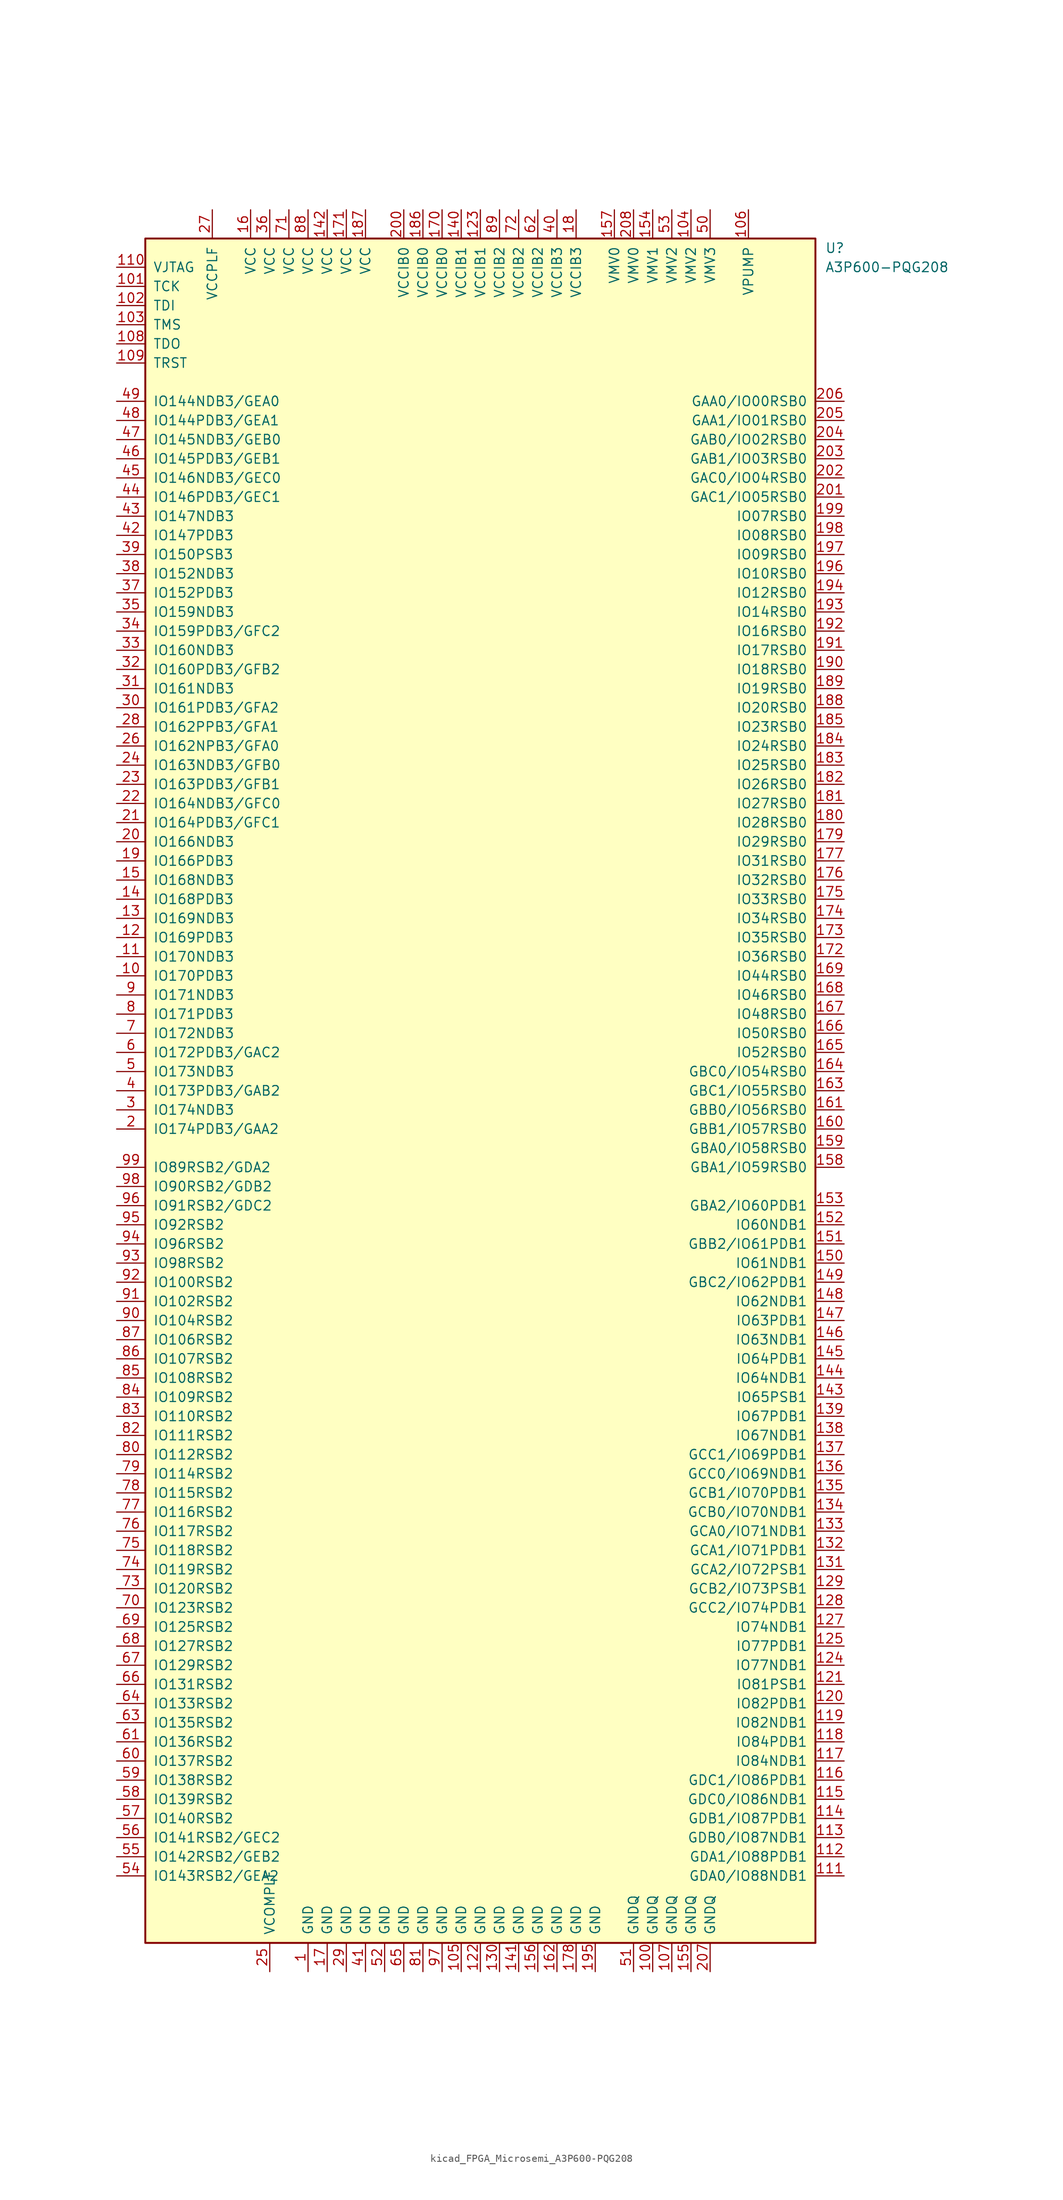
<source format=kicad_sym>
(kicad_symbol_lib
  (version 20220914)
  (generator kicad_symbol_editor)
  (symbol "kicad_FPGA_Microsemi_A3P600-PQG208"
    (pin_names
      (offset 1.016))
    (property "Reference" "U"
      (at 45.72 111.76 0)
      (effects (font (size 1.27 1.27)) (justify left)))
    (property "Value" "A3P600-PQG208"
      (at 45.72 109.22 0)
      (effects (font (size 1.27 1.27)) (justify left)))
    (symbol "kicad_FPGA_Microsemi_A3P600-PQG208_1_0"
      (rectangle (start -44.45 -113.03) (end 44.45 113.03) (stroke (width 0.254) (type default)) (fill (type background))))
    (symbol "kicad_FPGA_Microsemi_A3P600-PQG208_1_1"
      (pin power_in line (at -22.86 -116.84 90) (length 3.81) (name "GND" (effects (font (size 1.27 1.27)))) (number "1" (effects (font (size 1.27 1.27)))))
      (pin bidirectional line (at -48.26 15.24 0) (length 3.81) (name "IO170PDB3" (effects (font (size 1.27 1.27)))) (number "10" (effects (font (size 1.27 1.27)))))
      (pin power_in line (at 22.86 -116.84 90) (length 3.81) (name "GNDQ" (effects (font (size 1.27 1.27)))) (number "100" (effects (font (size 1.27 1.27)))))
      (pin bidirectional line (at -48.26 106.68 0) (length 3.81) (name "TCK" (effects (font (size 1.27 1.27)))) (number "101" (effects (font (size 1.27 1.27)))))
      (pin bidirectional line (at -48.26 104.14 0) (length 3.81) (name "TDI" (effects (font (size 1.27 1.27)))) (number "102" (effects (font (size 1.27 1.27)))))
      (pin bidirectional line (at -48.26 101.6 0) (length 3.81) (name "TMS" (effects (font (size 1.27 1.27)))) (number "103" (effects (font (size 1.27 1.27)))))
      (pin power_in line (at 27.94 116.84 270) (length 3.81) (name "VMV2" (effects (font (size 1.27 1.27)))) (number "104" (effects (font (size 1.27 1.27)))))
      (pin power_in line (at -2.54 -116.84 90) (length 3.81) (name "GND" (effects (font (size 1.27 1.27)))) (number "105" (effects (font (size 1.27 1.27)))))
      (pin power_in line (at 35.56 116.84 270) (length 3.81) (name "VPUMP" (effects (font (size 1.27 1.27)))) (number "106" (effects (font (size 1.27 1.27)))))
      (pin power_in line (at 25.4 -116.84 90) (length 3.81) (name "GNDQ" (effects (font (size 1.27 1.27)))) (number "107" (effects (font (size 1.27 1.27)))))
      (pin bidirectional line (at -48.26 99.06 0) (length 3.81) (name "TDO" (effects (font (size 1.27 1.27)))) (number "108" (effects (font (size 1.27 1.27)))))
      (pin bidirectional line (at -48.26 96.52 0) (length 3.81) (name "TRST" (effects (font (size 1.27 1.27)))) (number "109" (effects (font (size 1.27 1.27)))))
      (pin bidirectional line (at -48.26 17.78 0) (length 3.81) (name "IO170NDB3" (effects (font (size 1.27 1.27)))) (number "11" (effects (font (size 1.27 1.27)))))
      (pin power_in line (at -48.26 109.22 0) (length 3.81) (name "VJTAG" (effects (font (size 1.27 1.27)))) (number "110" (effects (font (size 1.27 1.27)))))
      (pin bidirectional line (at 48.26 -104.14 180) (length 3.81) (name "GDA0/IO88NDB1" (effects (font (size 1.27 1.27)))) (number "111" (effects (font (size 1.27 1.27)))))
      (pin bidirectional line (at 48.26 -101.6 180) (length 3.81) (name "GDA1/IO88PDB1" (effects (font (size 1.27 1.27)))) (number "112" (effects (font (size 1.27 1.27)))))
      (pin bidirectional line (at 48.26 -99.06 180) (length 3.81) (name "GDB0/IO87NDB1" (effects (font (size 1.27 1.27)))) (number "113" (effects (font (size 1.27 1.27)))))
      (pin bidirectional line (at 48.26 -96.52 180) (length 3.81) (name "GDB1/IO87PDB1" (effects (font (size 1.27 1.27)))) (number "114" (effects (font (size 1.27 1.27)))))
      (pin bidirectional line (at 48.26 -93.98 180) (length 3.81) (name "GDC0/IO86NDB1" (effects (font (size 1.27 1.27)))) (number "115" (effects (font (size 1.27 1.27)))))
      (pin bidirectional line (at 48.26 -91.44 180) (length 3.81) (name "GDC1/IO86PDB1" (effects (font (size 1.27 1.27)))) (number "116" (effects (font (size 1.27 1.27)))))
      (pin bidirectional line (at 48.26 -88.9 180) (length 3.81) (name "IO84NDB1" (effects (font (size 1.27 1.27)))) (number "117" (effects (font (size 1.27 1.27)))))
      (pin bidirectional line (at 48.26 -86.36 180) (length 3.81) (name "IO84PDB1" (effects (font (size 1.27 1.27)))) (number "118" (effects (font (size 1.27 1.27)))))
      (pin bidirectional line (at 48.26 -83.82 180) (length 3.81) (name "IO82NDB1" (effects (font (size 1.27 1.27)))) (number "119" (effects (font (size 1.27 1.27)))))
      (pin bidirectional line (at -48.26 20.32 0) (length 3.81) (name "IO169PDB3" (effects (font (size 1.27 1.27)))) (number "12" (effects (font (size 1.27 1.27)))))
      (pin bidirectional line (at 48.26 -81.28 180) (length 3.81) (name "IO82PDB1" (effects (font (size 1.27 1.27)))) (number "120" (effects (font (size 1.27 1.27)))))
      (pin bidirectional line (at 48.26 -78.74 180) (length 3.81) (name "IO81PSB1" (effects (font (size 1.27 1.27)))) (number "121" (effects (font (size 1.27 1.27)))))
      (pin power_in line (at 0 -116.84 90) (length 3.81) (name "GND" (effects (font (size 1.27 1.27)))) (number "122" (effects (font (size 1.27 1.27)))))
      (pin power_in line (at 0 116.84 270) (length 3.81) (name "VCCIB1" (effects (font (size 1.27 1.27)))) (number "123" (effects (font (size 1.27 1.27)))))
      (pin bidirectional line (at 48.26 -76.2 180) (length 3.81) (name "IO77NDB1" (effects (font (size 1.27 1.27)))) (number "124" (effects (font (size 1.27 1.27)))))
      (pin bidirectional line (at 48.26 -73.66 180) (length 3.81) (name "IO77PDB1" (effects (font (size 1.27 1.27)))) (number "125" (effects (font (size 1.27 1.27)))))
      (pin bidirectional line (at 48.26 -71.12 180) (length 3.81) (name "IO74NDB1" (effects (font (size 1.27 1.27)))) (number "127" (effects (font (size 1.27 1.27)))))
      (pin bidirectional line (at 48.26 -68.58 180) (length 3.81) (name "GCC2/IO74PDB1" (effects (font (size 1.27 1.27)))) (number "128" (effects (font (size 1.27 1.27)))))
      (pin bidirectional line (at 48.26 -66.04 180) (length 3.81) (name "GCB2/IO73PSB1" (effects (font (size 1.27 1.27)))) (number "129" (effects (font (size 1.27 1.27)))))
      (pin bidirectional line (at -48.26 22.86 0) (length 3.81) (name "IO169NDB3" (effects (font (size 1.27 1.27)))) (number "13" (effects (font (size 1.27 1.27)))))
      (pin power_in line (at 2.54 -116.84 90) (length 3.81) (name "GND" (effects (font (size 1.27 1.27)))) (number "130" (effects (font (size 1.27 1.27)))))
      (pin bidirectional line (at 48.26 -63.5 180) (length 3.81) (name "GCA2/IO72PSB1" (effects (font (size 1.27 1.27)))) (number "131" (effects (font (size 1.27 1.27)))))
      (pin bidirectional line (at 48.26 -60.96 180) (length 3.81) (name "GCA1/IO71PDB1" (effects (font (size 1.27 1.27)))) (number "132" (effects (font (size 1.27 1.27)))))
      (pin bidirectional line (at 48.26 -58.42 180) (length 3.81) (name "GCA0/IO71NDB1" (effects (font (size 1.27 1.27)))) (number "133" (effects (font (size 1.27 1.27)))))
      (pin bidirectional line (at 48.26 -55.88 180) (length 3.81) (name "GCB0/IO70NDB1" (effects (font (size 1.27 1.27)))) (number "134" (effects (font (size 1.27 1.27)))))
      (pin bidirectional line (at 48.26 -53.34 180) (length 3.81) (name "GCB1/IO70PDB1" (effects (font (size 1.27 1.27)))) (number "135" (effects (font (size 1.27 1.27)))))
      (pin bidirectional line (at 48.26 -50.8 180) (length 3.81) (name "GCC0/IO69NDB1" (effects (font (size 1.27 1.27)))) (number "136" (effects (font (size 1.27 1.27)))))
      (pin bidirectional line (at 48.26 -48.26 180) (length 3.81) (name "GCC1/IO69PDB1" (effects (font (size 1.27 1.27)))) (number "137" (effects (font (size 1.27 1.27)))))
      (pin bidirectional line (at 48.26 -45.72 180) (length 3.81) (name "IO67NDB1" (effects (font (size 1.27 1.27)))) (number "138" (effects (font (size 1.27 1.27)))))
      (pin bidirectional line (at 48.26 -43.18 180) (length 3.81) (name "IO67PDB1" (effects (font (size 1.27 1.27)))) (number "139" (effects (font (size 1.27 1.27)))))
      (pin bidirectional line (at -48.26 25.4 0) (length 3.81) (name "IO168PDB3" (effects (font (size 1.27 1.27)))) (number "14" (effects (font (size 1.27 1.27)))))
      (pin power_in line (at -2.54 116.84 270) (length 3.81) (name "VCCIB1" (effects (font (size 1.27 1.27)))) (number "140" (effects (font (size 1.27 1.27)))))
      (pin power_in line (at 5.08 -116.84 90) (length 3.81) (name "GND" (effects (font (size 1.27 1.27)))) (number "141" (effects (font (size 1.27 1.27)))))
      (pin power_in line (at -20.32 116.84 270) (length 3.81) (name "VCC" (effects (font (size 1.27 1.27)))) (number "142" (effects (font (size 1.27 1.27)))))
      (pin bidirectional line (at 48.26 -40.64 180) (length 3.81) (name "IO65PSB1" (effects (font (size 1.27 1.27)))) (number "143" (effects (font (size 1.27 1.27)))))
      (pin bidirectional line (at 48.26 -38.1 180) (length 3.81) (name "IO64NDB1" (effects (font (size 1.27 1.27)))) (number "144" (effects (font (size 1.27 1.27)))))
      (pin bidirectional line (at 48.26 -35.56 180) (length 3.81) (name "IO64PDB1" (effects (font (size 1.27 1.27)))) (number "145" (effects (font (size 1.27 1.27)))))
      (pin bidirectional line (at 48.26 -33.02 180) (length 3.81) (name "IO63NDB1" (effects (font (size 1.27 1.27)))) (number "146" (effects (font (size 1.27 1.27)))))
      (pin bidirectional line (at 48.26 -30.48 180) (length 3.81) (name "IO63PDB1" (effects (font (size 1.27 1.27)))) (number "147" (effects (font (size 1.27 1.27)))))
      (pin bidirectional line (at 48.26 -27.94 180) (length 3.81) (name "IO62NDB1" (effects (font (size 1.27 1.27)))) (number "148" (effects (font (size 1.27 1.27)))))
      (pin bidirectional line (at 48.26 -25.4 180) (length 3.81) (name "GBC2/IO62PDB1" (effects (font (size 1.27 1.27)))) (number "149" (effects (font (size 1.27 1.27)))))
      (pin bidirectional line (at -48.26 27.94 0) (length 3.81) (name "IO168NDB3" (effects (font (size 1.27 1.27)))) (number "15" (effects (font (size 1.27 1.27)))))
      (pin bidirectional line (at 48.26 -22.86 180) (length 3.81) (name "IO61NDB1" (effects (font (size 1.27 1.27)))) (number "150" (effects (font (size 1.27 1.27)))))
      (pin bidirectional line (at 48.26 -20.32 180) (length 3.81) (name "GBB2/IO61PDB1" (effects (font (size 1.27 1.27)))) (number "151" (effects (font (size 1.27 1.27)))))
      (pin bidirectional line (at 48.26 -17.78 180) (length 3.81) (name "IO60NDB1" (effects (font (size 1.27 1.27)))) (number "152" (effects (font (size 1.27 1.27)))))
      (pin bidirectional line (at 48.26 -15.24 180) (length 3.81) (name "GBA2/IO60PDB1" (effects (font (size 1.27 1.27)))) (number "153" (effects (font (size 1.27 1.27)))))
      (pin power_in line (at 22.86 116.84 270) (length 3.81) (name "VMV1" (effects (font (size 1.27 1.27)))) (number "154" (effects (font (size 1.27 1.27)))))
      (pin power_in line (at 27.94 -116.84 90) (length 3.81) (name "GNDQ" (effects (font (size 1.27 1.27)))) (number "155" (effects (font (size 1.27 1.27)))))
      (pin power_in line (at 7.62 -116.84 90) (length 3.81) (name "GND" (effects (font (size 1.27 1.27)))) (number "156" (effects (font (size 1.27 1.27)))))
      (pin power_in line (at 17.78 116.84 270) (length 3.81) (name "VMV0" (effects (font (size 1.27 1.27)))) (number "157" (effects (font (size 1.27 1.27)))))
      (pin bidirectional line (at 48.26 -10.16 180) (length 3.81) (name "GBA1/IO59RSB0" (effects (font (size 1.27 1.27)))) (number "158" (effects (font (size 1.27 1.27)))))
      (pin bidirectional line (at 48.26 -7.62 180) (length 3.81) (name "GBA0/IO58RSB0" (effects (font (size 1.27 1.27)))) (number "159" (effects (font (size 1.27 1.27)))))
      (pin power_in line (at -30.48 116.84 270) (length 3.81) (name "VCC" (effects (font (size 1.27 1.27)))) (number "16" (effects (font (size 1.27 1.27)))))
      (pin bidirectional line (at 48.26 -5.08 180) (length 3.81) (name "GBB1/IO57RSB0" (effects (font (size 1.27 1.27)))) (number "160" (effects (font (size 1.27 1.27)))))
      (pin bidirectional line (at 48.26 -2.54 180) (length 3.81) (name "GBB0/IO56RSB0" (effects (font (size 1.27 1.27)))) (number "161" (effects (font (size 1.27 1.27)))))
      (pin power_in line (at 10.16 -116.84 90) (length 3.81) (name "GND" (effects (font (size 1.27 1.27)))) (number "162" (effects (font (size 1.27 1.27)))))
      (pin bidirectional line (at 48.26 0 180) (length 3.81) (name "GBC1/IO55RSB0" (effects (font (size 1.27 1.27)))) (number "163" (effects (font (size 1.27 1.27)))))
      (pin bidirectional line (at 48.26 2.54 180) (length 3.81) (name "GBC0/IO54RSB0" (effects (font (size 1.27 1.27)))) (number "164" (effects (font (size 1.27 1.27)))))
      (pin bidirectional line (at 48.26 5.08 180) (length 3.81) (name "IO52RSB0" (effects (font (size 1.27 1.27)))) (number "165" (effects (font (size 1.27 1.27)))))
      (pin bidirectional line (at 48.26 7.62 180) (length 3.81) (name "IO50RSB0" (effects (font (size 1.27 1.27)))) (number "166" (effects (font (size 1.27 1.27)))))
      (pin bidirectional line (at 48.26 10.16 180) (length 3.81) (name "IO48RSB0" (effects (font (size 1.27 1.27)))) (number "167" (effects (font (size 1.27 1.27)))))
      (pin bidirectional line (at 48.26 12.7 180) (length 3.81) (name "IO46RSB0" (effects (font (size 1.27 1.27)))) (number "168" (effects (font (size 1.27 1.27)))))
      (pin bidirectional line (at 48.26 15.24 180) (length 3.81) (name "IO44RSB0" (effects (font (size 1.27 1.27)))) (number "169" (effects (font (size 1.27 1.27)))))
      (pin power_in line (at -20.32 -116.84 90) (length 3.81) (name "GND" (effects (font (size 1.27 1.27)))) (number "17" (effects (font (size 1.27 1.27)))))
      (pin power_in line (at -5.08 116.84 270) (length 3.81) (name "VCCIB0" (effects (font (size 1.27 1.27)))) (number "170" (effects (font (size 1.27 1.27)))))
      (pin power_in line (at -17.78 116.84 270) (length 3.81) (name "VCC" (effects (font (size 1.27 1.27)))) (number "171" (effects (font (size 1.27 1.27)))))
      (pin bidirectional line (at 48.26 17.78 180) (length 3.81) (name "IO36RSB0" (effects (font (size 1.27 1.27)))) (number "172" (effects (font (size 1.27 1.27)))))
      (pin bidirectional line (at 48.26 20.32 180) (length 3.81) (name "IO35RSB0" (effects (font (size 1.27 1.27)))) (number "173" (effects (font (size 1.27 1.27)))))
      (pin bidirectional line (at 48.26 22.86 180) (length 3.81) (name "IO34RSB0" (effects (font (size 1.27 1.27)))) (number "174" (effects (font (size 1.27 1.27)))))
      (pin bidirectional line (at 48.26 25.4 180) (length 3.81) (name "IO33RSB0" (effects (font (size 1.27 1.27)))) (number "175" (effects (font (size 1.27 1.27)))))
      (pin bidirectional line (at 48.26 27.94 180) (length 3.81) (name "IO32RSB0" (effects (font (size 1.27 1.27)))) (number "176" (effects (font (size 1.27 1.27)))))
      (pin bidirectional line (at 48.26 30.48 180) (length 3.81) (name "IO31RSB0" (effects (font (size 1.27 1.27)))) (number "177" (effects (font (size 1.27 1.27)))))
      (pin power_in line (at 12.7 -116.84 90) (length 3.81) (name "GND" (effects (font (size 1.27 1.27)))) (number "178" (effects (font (size 1.27 1.27)))))
      (pin bidirectional line (at 48.26 33.02 180) (length 3.81) (name "IO29RSB0" (effects (font (size 1.27 1.27)))) (number "179" (effects (font (size 1.27 1.27)))))
      (pin power_in line (at 12.7 116.84 270) (length 3.81) (name "VCCIB3" (effects (font (size 1.27 1.27)))) (number "18" (effects (font (size 1.27 1.27)))))
      (pin bidirectional line (at 48.26 35.56 180) (length 3.81) (name "IO28RSB0" (effects (font (size 1.27 1.27)))) (number "180" (effects (font (size 1.27 1.27)))))
      (pin bidirectional line (at 48.26 38.1 180) (length 3.81) (name "IO27RSB0" (effects (font (size 1.27 1.27)))) (number "181" (effects (font (size 1.27 1.27)))))
      (pin bidirectional line (at 48.26 40.64 180) (length 3.81) (name "IO26RSB0" (effects (font (size 1.27 1.27)))) (number "182" (effects (font (size 1.27 1.27)))))
      (pin bidirectional line (at 48.26 43.18 180) (length 3.81) (name "IO25RSB0" (effects (font (size 1.27 1.27)))) (number "183" (effects (font (size 1.27 1.27)))))
      (pin bidirectional line (at 48.26 45.72 180) (length 3.81) (name "IO24RSB0" (effects (font (size 1.27 1.27)))) (number "184" (effects (font (size 1.27 1.27)))))
      (pin bidirectional line (at 48.26 48.26 180) (length 3.81) (name "IO23RSB0" (effects (font (size 1.27 1.27)))) (number "185" (effects (font (size 1.27 1.27)))))
      (pin power_in line (at -7.62 116.84 270) (length 3.81) (name "VCCIB0" (effects (font (size 1.27 1.27)))) (number "186" (effects (font (size 1.27 1.27)))))
      (pin power_in line (at -15.24 116.84 270) (length 3.81) (name "VCC" (effects (font (size 1.27 1.27)))) (number "187" (effects (font (size 1.27 1.27)))))
      (pin bidirectional line (at 48.26 50.8 180) (length 3.81) (name "IO20RSB0" (effects (font (size 1.27 1.27)))) (number "188" (effects (font (size 1.27 1.27)))))
      (pin bidirectional line (at 48.26 53.34 180) (length 3.81) (name "IO19RSB0" (effects (font (size 1.27 1.27)))) (number "189" (effects (font (size 1.27 1.27)))))
      (pin bidirectional line (at -48.26 30.48 0) (length 3.81) (name "IO166PDB3" (effects (font (size 1.27 1.27)))) (number "19" (effects (font (size 1.27 1.27)))))
      (pin bidirectional line (at 48.26 55.88 180) (length 3.81) (name "IO18RSB0" (effects (font (size 1.27 1.27)))) (number "190" (effects (font (size 1.27 1.27)))))
      (pin bidirectional line (at 48.26 58.42 180) (length 3.81) (name "IO17RSB0" (effects (font (size 1.27 1.27)))) (number "191" (effects (font (size 1.27 1.27)))))
      (pin bidirectional line (at 48.26 60.96 180) (length 3.81) (name "IO16RSB0" (effects (font (size 1.27 1.27)))) (number "192" (effects (font (size 1.27 1.27)))))
      (pin bidirectional line (at 48.26 63.5 180) (length 3.81) (name "IO14RSB0" (effects (font (size 1.27 1.27)))) (number "193" (effects (font (size 1.27 1.27)))))
      (pin bidirectional line (at 48.26 66.04 180) (length 3.81) (name "IO12RSB0" (effects (font (size 1.27 1.27)))) (number "194" (effects (font (size 1.27 1.27)))))
      (pin power_in line (at 15.24 -116.84 90) (length 3.81) (name "GND" (effects (font (size 1.27 1.27)))) (number "195" (effects (font (size 1.27 1.27)))))
      (pin bidirectional line (at 48.26 68.58 180) (length 3.81) (name "IO10RSB0" (effects (font (size 1.27 1.27)))) (number "196" (effects (font (size 1.27 1.27)))))
      (pin bidirectional line (at 48.26 71.12 180) (length 3.81) (name "IO09RSB0" (effects (font (size 1.27 1.27)))) (number "197" (effects (font (size 1.27 1.27)))))
      (pin bidirectional line (at 48.26 73.66 180) (length 3.81) (name "IO08RSB0" (effects (font (size 1.27 1.27)))) (number "198" (effects (font (size 1.27 1.27)))))
      (pin bidirectional line (at 48.26 76.2 180) (length 3.81) (name "IO07RSB0" (effects (font (size 1.27 1.27)))) (number "199" (effects (font (size 1.27 1.27)))))
      (pin bidirectional line (at -48.26 -5.08 0) (length 3.81) (name "IO174PDB3/GAA2" (effects (font (size 1.27 1.27)))) (number "2" (effects (font (size 1.27 1.27)))))
      (pin bidirectional line (at -48.26 33.02 0) (length 3.81) (name "IO166NDB3" (effects (font (size 1.27 1.27)))) (number "20" (effects (font (size 1.27 1.27)))))
      (pin power_in line (at -10.16 116.84 270) (length 3.81) (name "VCCIB0" (effects (font (size 1.27 1.27)))) (number "200" (effects (font (size 1.27 1.27)))))
      (pin bidirectional line (at 48.26 78.74 180) (length 3.81) (name "GAC1/IO05RSB0" (effects (font (size 1.27 1.27)))) (number "201" (effects (font (size 1.27 1.27)))))
      (pin bidirectional line (at 48.26 81.28 180) (length 3.81) (name "GAC0/IO04RSB0" (effects (font (size 1.27 1.27)))) (number "202" (effects (font (size 1.27 1.27)))))
      (pin bidirectional line (at 48.26 83.82 180) (length 3.81) (name "GAB1/IO03RSB0" (effects (font (size 1.27 1.27)))) (number "203" (effects (font (size 1.27 1.27)))))
      (pin bidirectional line (at 48.26 86.36 180) (length 3.81) (name "GAB0/IO02RSB0" (effects (font (size 1.27 1.27)))) (number "204" (effects (font (size 1.27 1.27)))))
      (pin bidirectional line (at 48.26 88.9 180) (length 3.81) (name "GAA1/IO01RSB0" (effects (font (size 1.27 1.27)))) (number "205" (effects (font (size 1.27 1.27)))))
      (pin bidirectional line (at 48.26 91.44 180) (length 3.81) (name "GAA0/IO00RSB0" (effects (font (size 1.27 1.27)))) (number "206" (effects (font (size 1.27 1.27)))))
      (pin power_in line (at 30.48 -116.84 90) (length 3.81) (name "GNDQ" (effects (font (size 1.27 1.27)))) (number "207" (effects (font (size 1.27 1.27)))))
      (pin power_in line (at 20.32 116.84 270) (length 3.81) (name "VMV0" (effects (font (size 1.27 1.27)))) (number "208" (effects (font (size 1.27 1.27)))))
      (pin bidirectional line (at -48.26 35.56 0) (length 3.81) (name "IO164PDB3/GFC1" (effects (font (size 1.27 1.27)))) (number "21" (effects (font (size 1.27 1.27)))))
      (pin bidirectional line (at -48.26 38.1 0) (length 3.81) (name "IO164NDB3/GFC0" (effects (font (size 1.27 1.27)))) (number "22" (effects (font (size 1.27 1.27)))))
      (pin bidirectional line (at -48.26 40.64 0) (length 3.81) (name "IO163PDB3/GFB1" (effects (font (size 1.27 1.27)))) (number "23" (effects (font (size 1.27 1.27)))))
      (pin bidirectional line (at -48.26 43.18 0) (length 3.81) (name "IO163NDB3/GFB0" (effects (font (size 1.27 1.27)))) (number "24" (effects (font (size 1.27 1.27)))))
      (pin power_in line (at -27.94 -116.84 90) (length 3.81) (name "VCOMPLF" (effects (font (size 1.27 1.27)))) (number "25" (effects (font (size 1.27 1.27)))))
      (pin bidirectional line (at -48.26 45.72 0) (length 3.81) (name "IO162NPB3/GFA0" (effects (font (size 1.27 1.27)))) (number "26" (effects (font (size 1.27 1.27)))))
      (pin power_in line (at -35.56 116.84 270) (length 3.81) (name "VCCPLF" (effects (font (size 1.27 1.27)))) (number "27" (effects (font (size 1.27 1.27)))))
      (pin bidirectional line (at -48.26 48.26 0) (length 3.81) (name "IO162PPB3/GFA1" (effects (font (size 1.27 1.27)))) (number "28" (effects (font (size 1.27 1.27)))))
      (pin power_in line (at -17.78 -116.84 90) (length 3.81) (name "GND" (effects (font (size 1.27 1.27)))) (number "29" (effects (font (size 1.27 1.27)))))
      (pin bidirectional line (at -48.26 -2.54 0) (length 3.81) (name "IO174NDB3" (effects (font (size 1.27 1.27)))) (number "3" (effects (font (size 1.27 1.27)))))
      (pin bidirectional line (at -48.26 50.8 0) (length 3.81) (name "IO161PDB3/GFA2" (effects (font (size 1.27 1.27)))) (number "30" (effects (font (size 1.27 1.27)))))
      (pin bidirectional line (at -48.26 53.34 0) (length 3.81) (name "IO161NDB3" (effects (font (size 1.27 1.27)))) (number "31" (effects (font (size 1.27 1.27)))))
      (pin bidirectional line (at -48.26 55.88 0) (length 3.81) (name "IO160PDB3/GFB2" (effects (font (size 1.27 1.27)))) (number "32" (effects (font (size 1.27 1.27)))))
      (pin bidirectional line (at -48.26 58.42 0) (length 3.81) (name "IO160NDB3" (effects (font (size 1.27 1.27)))) (number "33" (effects (font (size 1.27 1.27)))))
      (pin bidirectional line (at -48.26 60.96 0) (length 3.81) (name "IO159PDB3/GFC2" (effects (font (size 1.27 1.27)))) (number "34" (effects (font (size 1.27 1.27)))))
      (pin bidirectional line (at -48.26 63.5 0) (length 3.81) (name "IO159NDB3" (effects (font (size 1.27 1.27)))) (number "35" (effects (font (size 1.27 1.27)))))
      (pin power_in line (at -27.94 116.84 270) (length 3.81) (name "VCC" (effects (font (size 1.27 1.27)))) (number "36" (effects (font (size 1.27 1.27)))))
      (pin bidirectional line (at -48.26 66.04 0) (length 3.81) (name "IO152PDB3" (effects (font (size 1.27 1.27)))) (number "37" (effects (font (size 1.27 1.27)))))
      (pin bidirectional line (at -48.26 68.58 0) (length 3.81) (name "IO152NDB3" (effects (font (size 1.27 1.27)))) (number "38" (effects (font (size 1.27 1.27)))))
      (pin bidirectional line (at -48.26 71.12 0) (length 3.81) (name "IO150PSB3" (effects (font (size 1.27 1.27)))) (number "39" (effects (font (size 1.27 1.27)))))
      (pin bidirectional line (at -48.26 0 0) (length 3.81) (name "IO173PDB3/GAB2" (effects (font (size 1.27 1.27)))) (number "4" (effects (font (size 1.27 1.27)))))
      (pin power_in line (at 10.16 116.84 270) (length 3.81) (name "VCCIB3" (effects (font (size 1.27 1.27)))) (number "40" (effects (font (size 1.27 1.27)))))
      (pin power_in line (at -15.24 -116.84 90) (length 3.81) (name "GND" (effects (font (size 1.27 1.27)))) (number "41" (effects (font (size 1.27 1.27)))))
      (pin bidirectional line (at -48.26 73.66 0) (length 3.81) (name "IO147PDB3" (effects (font (size 1.27 1.27)))) (number "42" (effects (font (size 1.27 1.27)))))
      (pin bidirectional line (at -48.26 76.2 0) (length 3.81) (name "IO147NDB3" (effects (font (size 1.27 1.27)))) (number "43" (effects (font (size 1.27 1.27)))))
      (pin bidirectional line (at -48.26 78.74 0) (length 3.81) (name "IO146PDB3/GEC1" (effects (font (size 1.27 1.27)))) (number "44" (effects (font (size 1.27 1.27)))))
      (pin bidirectional line (at -48.26 81.28 0) (length 3.81) (name "IO146NDB3/GEC0" (effects (font (size 1.27 1.27)))) (number "45" (effects (font (size 1.27 1.27)))))
      (pin bidirectional line (at -48.26 83.82 0) (length 3.81) (name "IO145PDB3/GEB1" (effects (font (size 1.27 1.27)))) (number "46" (effects (font (size 1.27 1.27)))))
      (pin bidirectional line (at -48.26 86.36 0) (length 3.81) (name "IO145NDB3/GEB0" (effects (font (size 1.27 1.27)))) (number "47" (effects (font (size 1.27 1.27)))))
      (pin bidirectional line (at -48.26 88.9 0) (length 3.81) (name "IO144PDB3/GEA1" (effects (font (size 1.27 1.27)))) (number "48" (effects (font (size 1.27 1.27)))))
      (pin bidirectional line (at -48.26 91.44 0) (length 3.81) (name "IO144NDB3/GEA0" (effects (font (size 1.27 1.27)))) (number "49" (effects (font (size 1.27 1.27)))))
      (pin bidirectional line (at -48.26 2.54 0) (length 3.81) (name "IO173NDB3" (effects (font (size 1.27 1.27)))) (number "5" (effects (font (size 1.27 1.27)))))
      (pin power_in line (at 30.48 116.84 270) (length 3.81) (name "VMV3" (effects (font (size 1.27 1.27)))) (number "50" (effects (font (size 1.27 1.27)))))
      (pin power_in line (at 20.32 -116.84 90) (length 3.81) (name "GNDQ" (effects (font (size 1.27 1.27)))) (number "51" (effects (font (size 1.27 1.27)))))
      (pin power_in line (at -12.7 -116.84 90) (length 3.81) (name "GND" (effects (font (size 1.27 1.27)))) (number "52" (effects (font (size 1.27 1.27)))))
      (pin power_in line (at 25.4 116.84 270) (length 3.81) (name "VMV2" (effects (font (size 1.27 1.27)))) (number "53" (effects (font (size 1.27 1.27)))))
      (pin bidirectional line (at -48.26 -104.14 0) (length 3.81) (name "IO143RSB2/GEA2" (effects (font (size 1.27 1.27)))) (number "54" (effects (font (size 1.27 1.27)))))
      (pin bidirectional line (at -48.26 -101.6 0) (length 3.81) (name "IO142RSB2/GEB2" (effects (font (size 1.27 1.27)))) (number "55" (effects (font (size 1.27 1.27)))))
      (pin bidirectional line (at -48.26 -99.06 0) (length 3.81) (name "IO141RSB2/GEC2" (effects (font (size 1.27 1.27)))) (number "56" (effects (font (size 1.27 1.27)))))
      (pin bidirectional line (at -48.26 -96.52 0) (length 3.81) (name "IO140RSB2" (effects (font (size 1.27 1.27)))) (number "57" (effects (font (size 1.27 1.27)))))
      (pin bidirectional line (at -48.26 -93.98 0) (length 3.81) (name "IO139RSB2" (effects (font (size 1.27 1.27)))) (number "58" (effects (font (size 1.27 1.27)))))
      (pin bidirectional line (at -48.26 -91.44 0) (length 3.81) (name "IO138RSB2" (effects (font (size 1.27 1.27)))) (number "59" (effects (font (size 1.27 1.27)))))
      (pin bidirectional line (at -48.26 5.08 0) (length 3.81) (name "IO172PDB3/GAC2" (effects (font (size 1.27 1.27)))) (number "6" (effects (font (size 1.27 1.27)))))
      (pin bidirectional line (at -48.26 -88.9 0) (length 3.81) (name "IO137RSB2" (effects (font (size 1.27 1.27)))) (number "60" (effects (font (size 1.27 1.27)))))
      (pin bidirectional line (at -48.26 -86.36 0) (length 3.81) (name "IO136RSB2" (effects (font (size 1.27 1.27)))) (number "61" (effects (font (size 1.27 1.27)))))
      (pin power_in line (at 7.62 116.84 270) (length 3.81) (name "VCCIB2" (effects (font (size 1.27 1.27)))) (number "62" (effects (font (size 1.27 1.27)))))
      (pin bidirectional line (at -48.26 -83.82 0) (length 3.81) (name "IO135RSB2" (effects (font (size 1.27 1.27)))) (number "63" (effects (font (size 1.27 1.27)))))
      (pin bidirectional line (at -48.26 -81.28 0) (length 3.81) (name "IO133RSB2" (effects (font (size 1.27 1.27)))) (number "64" (effects (font (size 1.27 1.27)))))
      (pin power_in line (at -10.16 -116.84 90) (length 3.81) (name "GND" (effects (font (size 1.27 1.27)))) (number "65" (effects (font (size 1.27 1.27)))))
      (pin bidirectional line (at -48.26 -78.74 0) (length 3.81) (name "IO131RSB2" (effects (font (size 1.27 1.27)))) (number "66" (effects (font (size 1.27 1.27)))))
      (pin bidirectional line (at -48.26 -76.2 0) (length 3.81) (name "IO129RSB2" (effects (font (size 1.27 1.27)))) (number "67" (effects (font (size 1.27 1.27)))))
      (pin bidirectional line (at -48.26 -73.66 0) (length 3.81) (name "IO127RSB2" (effects (font (size 1.27 1.27)))) (number "68" (effects (font (size 1.27 1.27)))))
      (pin bidirectional line (at -48.26 -71.12 0) (length 3.81) (name "IO125RSB2" (effects (font (size 1.27 1.27)))) (number "69" (effects (font (size 1.27 1.27)))))
      (pin bidirectional line (at -48.26 7.62 0) (length 3.81) (name "IO172NDB3" (effects (font (size 1.27 1.27)))) (number "7" (effects (font (size 1.27 1.27)))))
      (pin bidirectional line (at -48.26 -68.58 0) (length 3.81) (name "IO123RSB2" (effects (font (size 1.27 1.27)))) (number "70" (effects (font (size 1.27 1.27)))))
      (pin power_in line (at -25.4 116.84 270) (length 3.81) (name "VCC" (effects (font (size 1.27 1.27)))) (number "71" (effects (font (size 1.27 1.27)))))
      (pin power_in line (at 5.08 116.84 270) (length 3.81) (name "VCCIB2" (effects (font (size 1.27 1.27)))) (number "72" (effects (font (size 1.27 1.27)))))
      (pin bidirectional line (at -48.26 -66.04 0) (length 3.81) (name "IO120RSB2" (effects (font (size 1.27 1.27)))) (number "73" (effects (font (size 1.27 1.27)))))
      (pin bidirectional line (at -48.26 -63.5 0) (length 3.81) (name "IO119RSB2" (effects (font (size 1.27 1.27)))) (number "74" (effects (font (size 1.27 1.27)))))
      (pin bidirectional line (at -48.26 -60.96 0) (length 3.81) (name "IO118RSB2" (effects (font (size 1.27 1.27)))) (number "75" (effects (font (size 1.27 1.27)))))
      (pin bidirectional line (at -48.26 -58.42 0) (length 3.81) (name "IO117RSB2" (effects (font (size 1.27 1.27)))) (number "76" (effects (font (size 1.27 1.27)))))
      (pin bidirectional line (at -48.26 -55.88 0) (length 3.81) (name "IO116RSB2" (effects (font (size 1.27 1.27)))) (number "77" (effects (font (size 1.27 1.27)))))
      (pin bidirectional line (at -48.26 -53.34 0) (length 3.81) (name "IO115RSB2" (effects (font (size 1.27 1.27)))) (number "78" (effects (font (size 1.27 1.27)))))
      (pin bidirectional line (at -48.26 -50.8 0) (length 3.81) (name "IO114RSB2" (effects (font (size 1.27 1.27)))) (number "79" (effects (font (size 1.27 1.27)))))
      (pin bidirectional line (at -48.26 10.16 0) (length 3.81) (name "IO171PDB3" (effects (font (size 1.27 1.27)))) (number "8" (effects (font (size 1.27 1.27)))))
      (pin bidirectional line (at -48.26 -48.26 0) (length 3.81) (name "IO112RSB2" (effects (font (size 1.27 1.27)))) (number "80" (effects (font (size 1.27 1.27)))))
      (pin power_in line (at -7.62 -116.84 90) (length 3.81) (name "GND" (effects (font (size 1.27 1.27)))) (number "81" (effects (font (size 1.27 1.27)))))
      (pin bidirectional line (at -48.26 -45.72 0) (length 3.81) (name "IO111RSB2" (effects (font (size 1.27 1.27)))) (number "82" (effects (font (size 1.27 1.27)))))
      (pin bidirectional line (at -48.26 -43.18 0) (length 3.81) (name "IO110RSB2" (effects (font (size 1.27 1.27)))) (number "83" (effects (font (size 1.27 1.27)))))
      (pin bidirectional line (at -48.26 -40.64 0) (length 3.81) (name "IO109RSB2" (effects (font (size 1.27 1.27)))) (number "84" (effects (font (size 1.27 1.27)))))
      (pin bidirectional line (at -48.26 -38.1 0) (length 3.81) (name "IO108RSB2" (effects (font (size 1.27 1.27)))) (number "85" (effects (font (size 1.27 1.27)))))
      (pin bidirectional line (at -48.26 -35.56 0) (length 3.81) (name "IO107RSB2" (effects (font (size 1.27 1.27)))) (number "86" (effects (font (size 1.27 1.27)))))
      (pin bidirectional line (at -48.26 -33.02 0) (length 3.81) (name "IO106RSB2" (effects (font (size 1.27 1.27)))) (number "87" (effects (font (size 1.27 1.27)))))
      (pin power_in line (at -22.86 116.84 270) (length 3.81) (name "VCC" (effects (font (size 1.27 1.27)))) (number "88" (effects (font (size 1.27 1.27)))))
      (pin power_in line (at 2.54 116.84 270) (length 3.81) (name "VCCIB2" (effects (font (size 1.27 1.27)))) (number "89" (effects (font (size 1.27 1.27)))))
      (pin bidirectional line (at -48.26 12.7 0) (length 3.81) (name "IO171NDB3" (effects (font (size 1.27 1.27)))) (number "9" (effects (font (size 1.27 1.27)))))
      (pin bidirectional line (at -48.26 -30.48 0) (length 3.81) (name "IO104RSB2" (effects (font (size 1.27 1.27)))) (number "90" (effects (font (size 1.27 1.27)))))
      (pin bidirectional line (at -48.26 -27.94 0) (length 3.81) (name "IO102RSB2" (effects (font (size 1.27 1.27)))) (number "91" (effects (font (size 1.27 1.27)))))
      (pin bidirectional line (at -48.26 -25.4 0) (length 3.81) (name "IO100RSB2" (effects (font (size 1.27 1.27)))) (number "92" (effects (font (size 1.27 1.27)))))
      (pin bidirectional line (at -48.26 -22.86 0) (length 3.81) (name "IO98RSB2" (effects (font (size 1.27 1.27)))) (number "93" (effects (font (size 1.27 1.27)))))
      (pin bidirectional line (at -48.26 -20.32 0) (length 3.81) (name "IO96RSB2" (effects (font (size 1.27 1.27)))) (number "94" (effects (font (size 1.27 1.27)))))
      (pin bidirectional line (at -48.26 -17.78 0) (length 3.81) (name "IO92RSB2" (effects (font (size 1.27 1.27)))) (number "95" (effects (font (size 1.27 1.27)))))
      (pin bidirectional line (at -48.26 -15.24 0) (length 3.81) (name "IO91RSB2/GDC2" (effects (font (size 1.27 1.27)))) (number "96" (effects (font (size 1.27 1.27)))))
      (pin power_in line (at -5.08 -116.84 90) (length 3.81) (name "GND" (effects (font (size 1.27 1.27)))) (number "97" (effects (font (size 1.27 1.27)))))
      (pin bidirectional line (at -48.26 -12.7 0) (length 3.81) (name "IO90RSB2/GDB2" (effects (font (size 1.27 1.27)))) (number "98" (effects (font (size 1.27 1.27)))))
      (pin bidirectional line (at -48.26 -10.16 0) (length 3.81) (name "IO89RSB2/GDA2" (effects (font (size 1.27 1.27)))) (number "99" (effects (font (size 1.27 1.27))))))))
</source>
